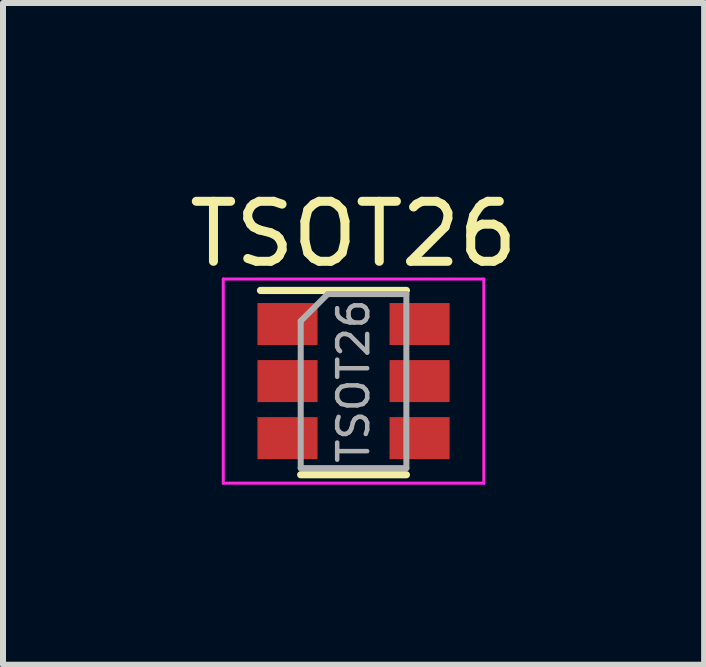
<source format=kicad_pcb>
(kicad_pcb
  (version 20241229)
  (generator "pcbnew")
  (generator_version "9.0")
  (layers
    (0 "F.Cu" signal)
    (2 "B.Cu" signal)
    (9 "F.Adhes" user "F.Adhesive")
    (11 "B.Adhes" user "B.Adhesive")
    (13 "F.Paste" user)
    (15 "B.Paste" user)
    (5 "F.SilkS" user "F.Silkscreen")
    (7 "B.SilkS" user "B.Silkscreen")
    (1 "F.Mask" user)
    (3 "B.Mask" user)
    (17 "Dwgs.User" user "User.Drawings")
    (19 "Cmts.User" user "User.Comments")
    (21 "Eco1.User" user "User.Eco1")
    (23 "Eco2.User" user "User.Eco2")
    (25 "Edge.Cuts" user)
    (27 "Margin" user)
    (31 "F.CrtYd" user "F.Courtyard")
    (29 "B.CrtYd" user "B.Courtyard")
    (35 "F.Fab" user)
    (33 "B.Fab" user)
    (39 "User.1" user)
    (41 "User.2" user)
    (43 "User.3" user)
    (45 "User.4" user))
  (footprint "TSOT26"
    (layer "F.Cu")
    (at 2.839 3.298)
    (property "Reference" "TSOT26" (at 0 -2.45 0) (layer "F.SilkS") (effects (font (size 1 1) (thickness 0.15))))
    (attr smd)
    (fp_line (start -0.88 1.56) (end 0.88 1.56) (stroke (width 0.12) (type solid)) (layer "F.SilkS"))
    (fp_line (start 0.88 -1.51) (end -1.55 -1.51) (stroke (width 0.12) (type solid)) (layer "F.SilkS"))
    (fp_line (start -2.17 -1.7) (end -2.17 1.7) (stroke (width 0.05) (type solid)) (layer "F.CrtYd"))
    (fp_line (start -2.17 -1.7) (end 2.17 -1.7) (stroke (width 0.05) (type solid)) (layer "F.CrtYd"))
    (fp_line (start 2.17 1.7) (end -2.17 1.7) (stroke (width 0.05) (type solid)) (layer "F.CrtYd"))
    (fp_line (start 2.17 1.7) (end 2.17 -1.7) (stroke (width 0.05) (type solid)) (layer "F.CrtYd"))
    (fp_line (start -0.88 -1) (end -0.88 1.45) (stroke (width 0.1) (type solid)) (layer "F.Fab"))
    (fp_line (start -0.88 -1) (end -0.43 -1.45) (stroke (width 0.1) (type solid)) (layer "F.Fab"))
    (fp_line (start 0.88 -1.45) (end -0.43 -1.45) (stroke (width 0.1) (type solid)) (layer "F.Fab"))
    (fp_line (start 0.88 -1.45) (end 0.88 1.45) (stroke (width 0.1) (type solid)) (layer "F.Fab"))
    (fp_line (start 0.88 1.45) (end -0.88 1.45) (stroke (width 0.1) (type solid)) (layer "F.Fab"))
    (fp_text user "${REFERENCE}" (at 0 0 90) (layer "F.Fab") (effects (font (size 0.5 0.5) (thickness 0.075))))
    (pad "1" smd rect (at -1.1 -0.95) (size 1 0.7) (layers "F.Cu" "F.Mask" "F.Paste"))
    (pad "2" smd rect (at -1.1 0) (size 1 0.7) (layers "F.Cu" "F.Mask" "F.Paste"))
    (pad "3" smd rect (at -1.1 0.95) (size 1 0.7) (layers "F.Cu" "F.Mask" "F.Paste"))
    (pad "4" smd rect (at 1.1 0.95) (size 1 0.7) (layers "F.Cu" "F.Mask" "F.Paste"))
    (pad "5" smd rect (at 1.1 0) (size 1 0.7) (layers "F.Cu" "F.Mask" "F.Paste"))
    (pad "6" smd rect (at 1.1 -0.95) (size 1 0.7) (layers "F.Cu" "F.Mask" "F.Paste")))
  (gr_rect
    (start -3 -3)
    (end 8.679 8.023)
    (stroke (width 0.1) (type default))
    (fill no)
    (layer "Edge.Cuts")))
</source>
